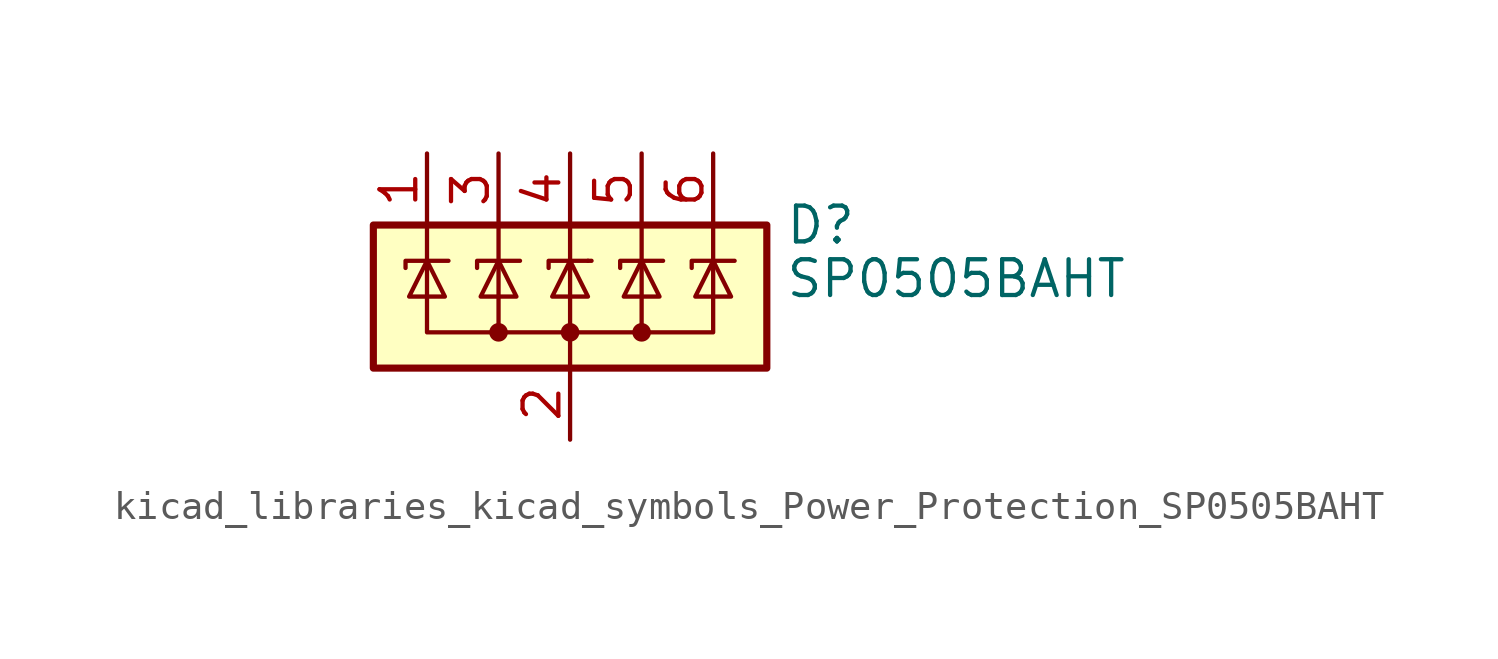
<source format=kicad_sym>
(kicad_symbol_lib
  (version 20220914)
  (generator kicad_symbol_editor)
  (symbol "kicad_libraries_kicad_symbols_Power_Protection_SP0505BAHT"
    (pin_names hide)
    (property "Reference" "D"
      (at 7.62 2.54 0)
      (effects (font (size 1.27 1.27)) (justify left)))
    (property "Value" "SP0505BAHT"
      (at 7.62 0.635 0)
      (effects (font (size 1.27 1.27)) (justify left)))
    (symbol "kicad_libraries_kicad_symbols_Power_Protection_SP0505BAHT_0_0"
      (pin passive line (at 0 -5.08 90) (length 2.54) (name "A" (effects (font (size 1.27 1.27)))) (number "2" (effects (font (size 1.27 1.27))))))
    (symbol "kicad_libraries_kicad_symbols_Power_Protection_SP0505BAHT_0_1"
      (rectangle (start -6.985 2.54) (end 6.985 -2.54) (stroke (width 0.254) (type default)) (fill (type background)))
      (circle (center -2.54 -1.27) (radius 0.254) (stroke (width 0) (type default)) (fill (type outline)))
      (circle (center 0 -1.27) (radius 0.254) (stroke (width 0) (type default)) (fill (type outline)))
      (polyline (pts (xy -5.08 2.54) (xy -5.08 1.27)) (stroke (width 0) (type default)) (fill (type none)))
      (polyline (pts (xy -2.54 2.54) (xy -2.54 1.27)) (stroke (width 0) (type default)) (fill (type none)))
      (polyline (pts (xy 0 -1.27) (xy 0 -2.54)) (stroke (width 0) (type default)) (fill (type none)))
      (polyline (pts (xy 0 -1.27) (xy 0 1.27)) (stroke (width 0) (type default)) (fill (type none)))
      (polyline (pts (xy 0 2.54) (xy 0 1.27)) (stroke (width 0) (type default)) (fill (type none)))
      (polyline (pts (xy 0.635 1.27) (xy 0.762 1.27)) (stroke (width 0) (type default)) (fill (type none)))
      (polyline (pts (xy 2.54 2.54) (xy 2.54 1.27)) (stroke (width 0) (type default)) (fill (type none)))
      (polyline (pts (xy 5.08 2.54) (xy 5.08 1.27)) (stroke (width 0) (type default)) (fill (type none)))
      (polyline (pts (xy -5.08 1.27) (xy -5.08 -1.27) (xy -2.54 -1.27)) (stroke (width 0) (type default)) (fill (type none)))
      (polyline (pts (xy 0.635 1.27) (xy -0.762 1.27) (xy -0.762 1.016)) (stroke (width 0) (type default)) (fill (type none)))
      (polyline (pts (xy 5.08 1.27) (xy 5.08 -1.27) (xy 2.54 -1.27)) (stroke (width 0) (type default)) (fill (type none)))
      (polyline (pts (xy -5.842 1.016) (xy -5.842 1.27) (xy -4.445 1.27) (xy -4.318 1.27)) (stroke (width 0) (type default)) (fill (type none)))
      (polyline (pts (xy -5.08 1.27) (xy -4.445 0) (xy -5.715 0) (xy -5.08 1.27)) (stroke (width 0) (type default)) (fill (type none)))
      (polyline (pts (xy -3.302 1.016) (xy -3.302 1.27) (xy -1.905 1.27) (xy -1.778 1.27)) (stroke (width 0) (type default)) (fill (type none)))
      (polyline (pts (xy -2.54 1.27) (xy -2.54 -1.27) (xy 2.54 -1.27) (xy 2.54 1.27)) (stroke (width 0) (type default)) (fill (type none)))
      (polyline (pts (xy -2.54 1.27) (xy -1.905 0) (xy -3.175 0) (xy -2.54 1.27)) (stroke (width 0) (type default)) (fill (type none)))
      (polyline (pts (xy 0.635 0) (xy -0.635 0) (xy 0 1.27) (xy 0.635 0)) (stroke (width 0) (type default)) (fill (type none)))
      (polyline (pts (xy 1.778 1.016) (xy 1.778 1.27) (xy 3.175 1.27) (xy 3.302 1.27)) (stroke (width 0) (type default)) (fill (type none)))
      (polyline (pts (xy 2.54 1.27) (xy 1.905 0) (xy 3.175 0) (xy 2.54 1.27)) (stroke (width 0) (type default)) (fill (type none)))
      (polyline (pts (xy 4.318 1.016) (xy 4.318 1.27) (xy 5.715 1.27) (xy 5.842 1.27)) (stroke (width 0) (type default)) (fill (type none)))
      (polyline (pts (xy 5.08 1.27) (xy 4.445 0) (xy 5.715 0) (xy 5.08 1.27)) (stroke (width 0) (type default)) (fill (type none)))
      (circle (center 2.54 -1.27) (radius 0.254) (stroke (width 0) (type default)) (fill (type outline))))
    (symbol "kicad_libraries_kicad_symbols_Power_Protection_SP0505BAHT_1_1"
      (pin passive line (at -5.08 5.08 270) (length 2.54) (name "K" (effects (font (size 1.27 1.27)))) (number "1" (effects (font (size 1.27 1.27)))))
      (pin passive line (at -2.54 5.08 270) (length 2.54) (name "K" (effects (font (size 1.27 1.27)))) (number "3" (effects (font (size 1.27 1.27)))))
      (pin passive line (at 0 5.08 270) (length 2.54) (name "K" (effects (font (size 1.27 1.27)))) (number "4" (effects (font (size 1.27 1.27)))))
      (pin passive line (at 2.54 5.08 270) (length 2.54) (name "K" (effects (font (size 1.27 1.27)))) (number "5" (effects (font (size 1.27 1.27)))))
      (pin passive line (at 5.08 5.08 270) (length 2.54) (name "K" (effects (font (size 1.27 1.27)))) (number "6" (effects (font (size 1.27 1.27))))))))
</source>
